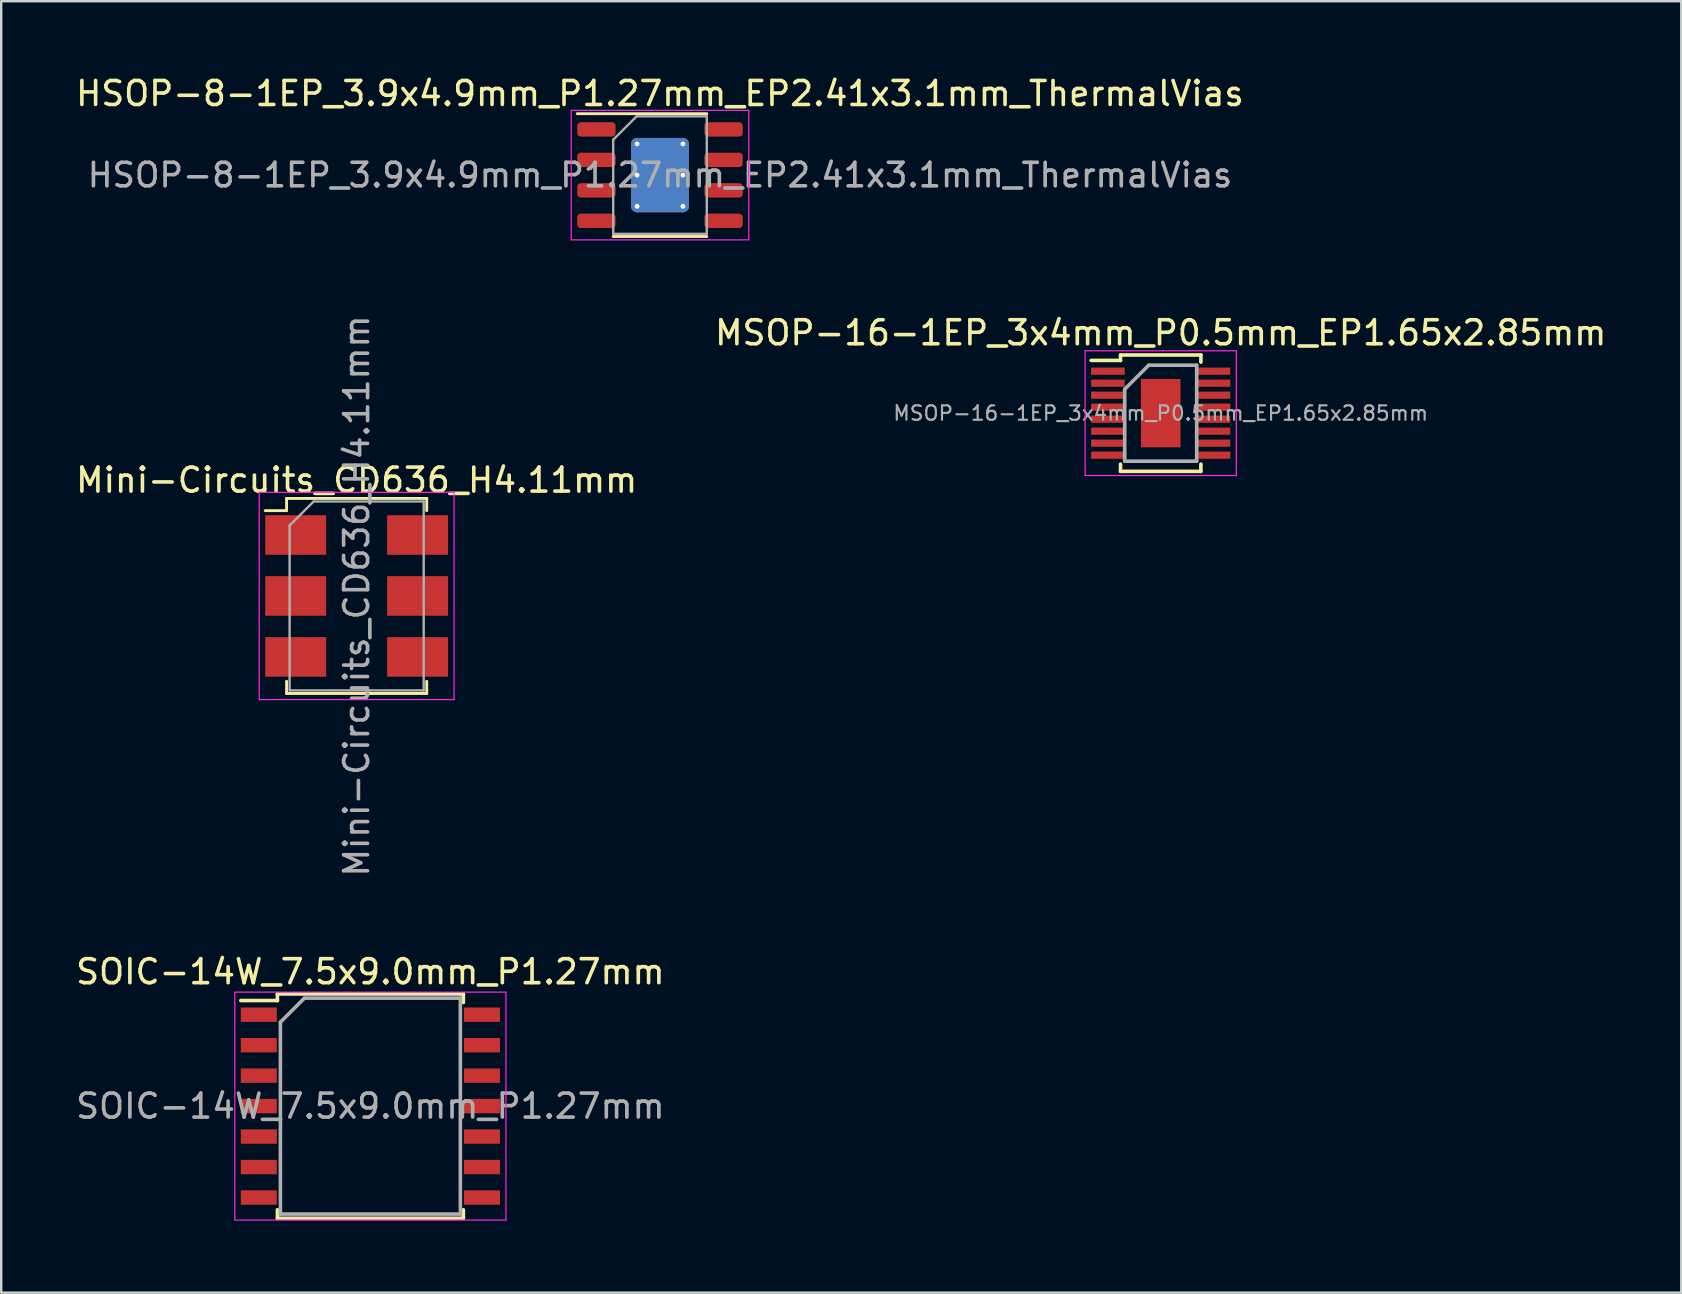
<source format=kicad_pcb>
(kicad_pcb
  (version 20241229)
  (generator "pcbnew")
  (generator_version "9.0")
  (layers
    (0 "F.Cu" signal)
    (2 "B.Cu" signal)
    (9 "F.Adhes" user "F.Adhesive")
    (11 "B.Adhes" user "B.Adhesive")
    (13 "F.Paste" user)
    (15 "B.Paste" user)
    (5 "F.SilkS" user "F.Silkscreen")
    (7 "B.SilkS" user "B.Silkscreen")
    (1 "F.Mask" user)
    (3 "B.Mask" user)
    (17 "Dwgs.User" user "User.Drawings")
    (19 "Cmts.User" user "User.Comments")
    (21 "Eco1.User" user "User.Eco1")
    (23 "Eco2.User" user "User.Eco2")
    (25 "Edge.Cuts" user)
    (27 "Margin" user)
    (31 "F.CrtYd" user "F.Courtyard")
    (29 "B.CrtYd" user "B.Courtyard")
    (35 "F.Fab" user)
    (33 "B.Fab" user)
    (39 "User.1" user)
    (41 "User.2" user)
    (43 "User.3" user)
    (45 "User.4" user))
  (footprint "SOIC-14W_7.5x9.0mm_P1.27mm"
    (layer "F.Cu")
    (at 12.387 43.052)
    (property "Reference" "SOIC-14W_7.5x9.0mm_P1.27mm" (at 0 -5.6 0) (layer "F.SilkS") (effects (font (size 1 1) (thickness 0.15))))
    (attr smd)
    (fp_line (start -3.875 -4.675) (end -3.875 -4.4) (stroke (width 0.15) (type solid)) (layer "F.SilkS"))
    (fp_line (start -3.875 -4.675) (end 3.875 -4.675) (stroke (width 0.15) (type solid)) (layer "F.SilkS"))
    (fp_line (start -3.875 -4.4) (end -5.4 -4.4) (stroke (width 0.15) (type solid)) (layer "F.SilkS"))
    (fp_line (start -3.875 4.675) (end -3.875 4.32) (stroke (width 0.15) (type solid)) (layer "F.SilkS"))
    (fp_line (start -3.875 4.675) (end 3.875 4.675) (stroke (width 0.15) (type solid)) (layer "F.SilkS"))
    (fp_line (start 3.875 -4.675) (end 3.875 -4.32) (stroke (width 0.15) (type solid)) (layer "F.SilkS"))
    (fp_line (start 3.875 4.675) (end 3.875 4.32) (stroke (width 0.15) (type solid)) (layer "F.SilkS"))
    (fp_line (start -5.65 -4.75) (end -5.65 4.75) (stroke (width 0.05) (type solid)) (layer "F.CrtYd"))
    (fp_line (start -5.65 -4.75) (end 5.65 -4.75) (stroke (width 0.05) (type solid)) (layer "F.CrtYd"))
    (fp_line (start -5.65 4.75) (end 5.65 4.75) (stroke (width 0.05) (type solid)) (layer "F.CrtYd"))
    (fp_line (start 5.65 -4.75) (end 5.65 4.75) (stroke (width 0.05) (type solid)) (layer "F.CrtYd"))
    (fp_line (start -3.75 -3.5) (end -2.75 -4.5) (stroke (width 0.15) (type solid)) (layer "F.Fab"))
    (fp_line (start -3.75 4.5) (end -3.75 -3.5) (stroke (width 0.15) (type solid)) (layer "F.Fab"))
    (fp_line (start -2.75 -4.5) (end 3.75 -4.5) (stroke (width 0.15) (type solid)) (layer "F.Fab"))
    (fp_line (start 3.75 -4.5) (end 3.75 4.5) (stroke (width 0.15) (type solid)) (layer "F.Fab"))
    (fp_line (start 3.75 4.5) (end -3.75 4.5) (stroke (width 0.15) (type solid)) (layer "F.Fab"))
    (fp_text user "${REFERENCE}" (at 0 0 0) (layer "F.Fab") (effects (font (size 1 1) (thickness 0.15))))
    (pad "1" smd rect (at -4.65 -3.81) (size 1.5 0.6) (layers "F.Cu" "F.Mask" "F.Paste"))
    (pad "2" smd rect (at -4.65 -2.54) (size 1.5 0.6) (layers "F.Cu" "F.Mask" "F.Paste"))
    (pad "3" smd rect (at -4.65 -1.27) (size 1.5 0.6) (layers "F.Cu" "F.Mask" "F.Paste"))
    (pad "4" smd rect (at -4.65 0) (size 1.5 0.6) (layers "F.Cu" "F.Mask" "F.Paste"))
    (pad "5" smd rect (at -4.65 1.27) (size 1.5 0.6) (layers "F.Cu" "F.Mask" "F.Paste"))
    (pad "6" smd rect (at -4.65 2.54) (size 1.5 0.6) (layers "F.Cu" "F.Mask" "F.Paste"))
    (pad "7" smd rect (at -4.65 3.81) (size 1.5 0.6) (layers "F.Cu" "F.Mask" "F.Paste"))
    (pad "8" smd rect (at 4.65 3.81) (size 1.5 0.6) (layers "F.Cu" "F.Mask" "F.Paste"))
    (pad "9" smd rect (at 4.65 2.54) (size 1.5 0.6) (layers "F.Cu" "F.Mask" "F.Paste"))
    (pad "10" smd rect (at 4.65 1.27) (size 1.5 0.6) (layers "F.Cu" "F.Mask" "F.Paste"))
    (pad "11" smd rect (at 4.65 0) (size 1.5 0.6) (layers "F.Cu" "F.Mask" "F.Paste"))
    (pad "12" smd rect (at 4.65 -1.27) (size 1.5 0.6) (layers "F.Cu" "F.Mask" "F.Paste"))
    (pad "13" smd rect (at 4.65 -2.54) (size 1.5 0.6) (layers "F.Cu" "F.Mask" "F.Paste"))
    (pad "14" smd rect (at 4.65 -3.81) (size 1.5 0.6) (layers "F.Cu" "F.Mask" "F.Paste")))
  (footprint "Mini-Circuits_CD636_H4.11mm"
    (layer "F.Cu")
    (at 11.815 21.789)
    (property "Reference" "Mini-Circuits_CD636_H4.11mm" (at 0 -4.826 0) (layer "F.SilkS") (effects (font (size 1 1) (thickness 0.15))))
    (attr smd)
    (fp_line (start -2.921 -4.064) (end -2.921 -3.556) (stroke (width 0.12) (type solid)) (layer "F.SilkS"))
    (fp_line (start -2.921 -3.556) (end -3.81 -3.556) (stroke (width 0.12) (type solid)) (layer "F.SilkS"))
    (fp_line (start -2.921 3.556) (end -2.921 4.064) (stroke (width 0.12) (type solid)) (layer "F.SilkS"))
    (fp_line (start -2.921 4.064) (end 2.921 4.064) (stroke (width 0.12) (type solid)) (layer "F.SilkS"))
    (fp_line (start 2.921 -4.064) (end -2.921 -4.064) (stroke (width 0.12) (type solid)) (layer "F.SilkS"))
    (fp_line (start 2.921 -3.556) (end 2.921 -4.064) (stroke (width 0.12) (type solid)) (layer "F.SilkS"))
    (fp_line (start 2.921 4.064) (end 2.921 3.556) (stroke (width 0.12) (type solid)) (layer "F.SilkS"))
    (fp_line (start -4.06 4.32) (end -4.06 -4.32) (stroke (width 0.05) (type solid)) (layer "F.CrtYd"))
    (fp_line (start 4.06 -4.32) (end -4.06 -4.32) (stroke (width 0.05) (type solid)) (layer "F.CrtYd"))
    (fp_line (start 4.06 4.32) (end -4.06 4.32) (stroke (width 0.05) (type solid)) (layer "F.CrtYd"))
    (fp_line (start 4.06 4.32) (end 4.06 -4.32) (stroke (width 0.05) (type solid)) (layer "F.CrtYd"))
    (fp_line (start -2.794 3.937) (end -2.794 -2.937) (stroke (width 0.1) (type solid)) (layer "F.Fab"))
    (fp_line (start -1.794 -3.937) (end -2.794 -2.937) (stroke (width 0.1) (type solid)) (layer "F.Fab"))
    (fp_line (start -1.794 -3.937) (end 2.794 -3.937) (stroke (width 0.1) (type solid)) (layer "F.Fab"))
    (fp_line (start 2.794 -3.937) (end 2.794 3.937) (stroke (width 0.1) (type solid)) (layer "F.Fab"))
    (fp_line (start 2.794 3.937) (end -2.794 3.937) (stroke (width 0.1) (type solid)) (layer "F.Fab"))
    (fp_text user "${REFERENCE}" (at 0 0 90) (layer "F.Fab") (effects (font (size 1 1) (thickness 0.15))))
    (pad "1" smd rect (at -2.54 -2.54) (size 2.54 1.65) (layers "F.Cu" "F.Mask" "F.Paste"))
    (pad "2" smd rect (at -2.54 0) (size 2.54 1.65) (layers "F.Cu" "F.Mask" "F.Paste"))
    (pad "3" smd rect (at -2.54 2.54) (size 2.54 1.65) (layers "F.Cu" "F.Mask" "F.Paste"))
    (pad "4" smd rect (at 2.54 2.54) (size 2.54 1.65) (layers "F.Cu" "F.Mask" "F.Paste"))
    (pad "5" smd rect (at 2.54 0) (size 2.54 1.65) (layers "F.Cu" "F.Mask" "F.Paste"))
    (pad "6" smd rect (at 2.54 -2.54) (size 2.54 1.65) (layers "F.Cu" "F.Mask" "F.Paste")))
  (footprint "HSOP-8-1EP_3.9x4.9mm_P1.27mm_EP2.41x3.1mm_ThermalVias"
    (layer "F.Cu")
    (at 24.458 4.248)
    (property "Reference" "HSOP-8-1EP_3.9x4.9mm_P1.27mm_EP2.41x3.1mm_ThermalVias" (at 0 -3.4 0) (layer "F.SilkS") (effects (font (size 1 1) (thickness 0.15))))
    (attr smd)
    (fp_line (start -3.45 -2.56) (end 1.95 -2.56) (stroke (width 0.12) (type solid)) (layer "F.SilkS"))
    (fp_line (start -1.95 2.56) (end 1.95 2.56) (stroke (width 0.12) (type solid)) (layer "F.SilkS"))
    (fp_line (start -3.7 -2.7) (end -3.7 2.7) (stroke (width 0.05) (type solid)) (layer "F.CrtYd"))
    (fp_line (start -3.7 2.7) (end 3.7 2.7) (stroke (width 0.05) (type solid)) (layer "F.CrtYd"))
    (fp_line (start 3.7 -2.7) (end -3.7 -2.7) (stroke (width 0.05) (type solid)) (layer "F.CrtYd"))
    (fp_line (start 3.7 2.7) (end 3.7 -2.7) (stroke (width 0.05) (type solid)) (layer "F.CrtYd"))
    (fp_line (start -1.95 -1.475) (end -0.975 -2.45) (stroke (width 0.1) (type solid)) (layer "F.Fab"))
    (fp_line (start -1.95 2.45) (end -1.95 -1.475) (stroke (width 0.1) (type solid)) (layer "F.Fab"))
    (fp_line (start -0.975 -2.45) (end 1.95 -2.45) (stroke (width 0.1) (type solid)) (layer "F.Fab"))
    (fp_line (start 1.95 -2.45) (end 1.95 2.45) (stroke (width 0.1) (type solid)) (layer "F.Fab"))
    (fp_line (start 1.95 2.45) (end -1.95 2.45) (stroke (width 0.1) (type solid)) (layer "F.Fab"))
    (fp_text user "${REFERENCE}" (at 0 0 0) (layer "F.Fab") (effects (font (size 0.98 0.98) (thickness 0.15))))
    (pad "" smd roundrect (at -0.6 -0.775) (size 0.97 1.25) (layers "F.Paste") (roundrect_rratio 0.25))
    (pad "" smd roundrect (at -0.6 0.775) (size 0.97 1.25) (layers "F.Paste") (roundrect_rratio 0.25))
    (pad "" smd roundrect (at 0.6 -0.775) (size 0.97 1.25) (layers "F.Paste") (roundrect_rratio 0.25))
    (pad "" smd roundrect (at 0.6 0.775) (size 0.97 1.25) (layers "F.Paste") (roundrect_rratio 0.25))
    (pad "1" smd roundrect (at -2.65 -1.905) (size 1.6 0.6) (layers "F.Cu" "F.Mask" "F.Paste") (roundrect_rratio 0.25))
    (pad "2" smd roundrect (at -2.65 -0.635) (size 1.6 0.6) (layers "F.Cu" "F.Mask" "F.Paste") (roundrect_rratio 0.25))
    (pad "3" smd roundrect (at -2.65 0.635) (size 1.6 0.6) (layers "F.Cu" "F.Mask" "F.Paste") (roundrect_rratio 0.25))
    (pad "4" smd roundrect (at -2.65 1.905) (size 1.6 0.6) (layers "F.Cu" "F.Mask" "F.Paste") (roundrect_rratio 0.25))
    (pad "5" smd roundrect (at 2.65 1.905) (size 1.6 0.6) (layers "F.Cu" "F.Mask" "F.Paste") (roundrect_rratio 0.25))
    (pad "6" smd roundrect (at 2.65 0.635) (size 1.6 0.6) (layers "F.Cu" "F.Mask" "F.Paste") (roundrect_rratio 0.25))
    (pad "7" smd roundrect (at 2.65 -0.635) (size 1.6 0.6) (layers "F.Cu" "F.Mask" "F.Paste") (roundrect_rratio 0.25))
    (pad "8" smd roundrect (at 2.65 -1.905) (size 1.6 0.6) (layers "F.Cu" "F.Mask" "F.Paste") (roundrect_rratio 0.25))
    (pad "9" thru_hole circle (at -0.955 -1.3) (size 0.5 0.5) (drill 0.2) (layers "*.Cu"))
    (pad "9" thru_hole circle (at -0.955 0) (size 0.5 0.5) (drill 0.2) (layers "*.Cu"))
    (pad "9" thru_hole circle (at -0.955 1.3) (size 0.5 0.5) (drill 0.2) (layers "*.Cu"))
    (pad "9" smd roundrect (at 0 0) (size 2.41 3.1) (layers "F.Cu" "F.Mask") (roundrect_rratio 0.104))
    (pad "9" smd roundrect (at 0 0) (size 2.41 3.1) (layers "B.Cu") (roundrect_rratio 0.104))
    (pad "9" thru_hole circle (at 0.955 -1.3) (size 0.5 0.5) (drill 0.2) (layers "*.Cu"))
    (pad "9" thru_hole circle (at 0.955 0) (size 0.5 0.5) (drill 0.2) (layers "*.Cu"))
    (pad "9" thru_hole circle (at 0.955 1.3) (size 0.5 0.5) (drill 0.2) (layers "*.Cu")))
  (footprint "MSOP-16-1EP_3x4mm_P0.5mm_EP1.65x2.85mm"
    (layer "F.Cu")
    (at 45.327 14.171)
    (property "Reference" "MSOP-16-1EP_3x4mm_P0.5mm_EP1.65x2.85mm" (at 0 -3.35 0) (layer "F.SilkS") (effects (font (size 1 1) (thickness 0.15))))
    (attr smd)
    (fp_line (start -1.675 -2.425) (end -1.675 -2.2) (stroke (width 0.15) (type solid)) (layer "F.SilkS"))
    (fp_line (start -1.675 -2.425) (end 1.675 -2.425) (stroke (width 0.15) (type solid)) (layer "F.SilkS"))
    (fp_line (start -1.675 -2.2) (end -2.9 -2.2) (stroke (width 0.15) (type solid)) (layer "F.SilkS"))
    (fp_line (start -1.675 2.425) (end -1.675 2.125) (stroke (width 0.15) (type solid)) (layer "F.SilkS"))
    (fp_line (start -1.675 2.425) (end 1.675 2.425) (stroke (width 0.15) (type solid)) (layer "F.SilkS"))
    (fp_line (start 1.675 -2.425) (end 1.675 -2.125) (stroke (width 0.15) (type solid)) (layer "F.SilkS"))
    (fp_line (start 1.675 2.425) (end 1.675 2.125) (stroke (width 0.15) (type solid)) (layer "F.SilkS"))
    (fp_line (start -3.15 -2.6) (end -3.15 2.6) (stroke (width 0.05) (type solid)) (layer "F.CrtYd"))
    (fp_line (start -3.15 -2.6) (end 3.15 -2.6) (stroke (width 0.05) (type solid)) (layer "F.CrtYd"))
    (fp_line (start -3.15 2.6) (end 3.15 2.6) (stroke (width 0.05) (type solid)) (layer "F.CrtYd"))
    (fp_line (start 3.15 -2.6) (end 3.15 2.6) (stroke (width 0.05) (type solid)) (layer "F.CrtYd"))
    (fp_line (start -1.5 -1) (end -0.5 -2) (stroke (width 0.15) (type solid)) (layer "F.Fab"))
    (fp_line (start -1.5 2) (end -1.5 -1) (stroke (width 0.15) (type solid)) (layer "F.Fab"))
    (fp_line (start -0.5 -2) (end 1.5 -2) (stroke (width 0.15) (type solid)) (layer "F.Fab"))
    (fp_line (start 1.5 -2) (end 1.5 2) (stroke (width 0.15) (type solid)) (layer "F.Fab"))
    (fp_line (start 1.5 2) (end -1.5 2) (stroke (width 0.15) (type solid)) (layer "F.Fab"))
    (fp_text user "${REFERENCE}" (at 0 0 0) (layer "F.Fab") (effects (font (size 0.6 0.6) (thickness 0.09))))
    (pad "" smd rect (at -0.412 -0.95) (size 0.66 0.75) (layers "F.Paste"))
    (pad "" smd rect (at -0.412 0) (size 0.66 0.75) (layers "F.Paste"))
    (pad "" smd rect (at -0.412 0.95) (size 0.66 0.75) (layers "F.Paste"))
    (pad "" smd rect (at 0.412 -0.95) (size 0.66 0.75) (layers "F.Paste"))
    (pad "" smd rect (at 0.412 0) (size 0.66 0.75) (layers "F.Paste"))
    (pad "" smd rect (at 0.412 0.95) (size 0.66 0.75) (layers "F.Paste"))
    (pad "1" smd rect (at -2.2 -1.75) (size 1.4 0.3) (layers "F.Cu" "F.Mask" "F.Paste"))
    (pad "2" smd rect (at -2.2 -1.25) (size 1.4 0.3) (layers "F.Cu" "F.Mask" "F.Paste"))
    (pad "3" smd rect (at -2.2 -0.75) (size 1.4 0.3) (layers "F.Cu" "F.Mask" "F.Paste"))
    (pad "4" smd rect (at -2.2 -0.25) (size 1.4 0.3) (layers "F.Cu" "F.Mask" "F.Paste"))
    (pad "5" smd rect (at -2.2 0.25) (size 1.4 0.3) (layers "F.Cu" "F.Mask" "F.Paste"))
    (pad "6" smd rect (at -2.2 0.75) (size 1.4 0.3) (layers "F.Cu" "F.Mask" "F.Paste"))
    (pad "7" smd rect (at -2.2 1.25) (size 1.4 0.3) (layers "F.Cu" "F.Mask" "F.Paste"))
    (pad "8" smd rect (at -2.2 1.75) (size 1.4 0.3) (layers "F.Cu" "F.Mask" "F.Paste"))
    (pad "9" smd rect (at 2.2 1.75) (size 1.4 0.3) (layers "F.Cu" "F.Mask" "F.Paste"))
    (pad "10" smd rect (at 2.2 1.25) (size 1.4 0.3) (layers "F.Cu" "F.Mask" "F.Paste"))
    (pad "11" smd rect (at 2.2 0.75) (size 1.4 0.3) (layers "F.Cu" "F.Mask" "F.Paste"))
    (pad "12" smd rect (at 2.2 0.25) (size 1.4 0.3) (layers "F.Cu" "F.Mask" "F.Paste"))
    (pad "13" smd rect (at 2.2 -0.25) (size 1.4 0.3) (layers "F.Cu" "F.Mask" "F.Paste"))
    (pad "14" smd rect (at 2.2 -0.75) (size 1.4 0.3) (layers "F.Cu" "F.Mask" "F.Paste"))
    (pad "15" smd rect (at 2.2 -1.25) (size 1.4 0.3) (layers "F.Cu" "F.Mask" "F.Paste"))
    (pad "16" smd rect (at 2.2 -1.75) (size 1.4 0.3) (layers "F.Cu" "F.Mask" "F.Paste"))
    (pad "17" smd rect (at 0 0) (size 1.65 2.85) (layers "F.Cu" "F.Mask")))
  (gr_rect
    (start -3 -3)
    (end 67.024 50.827)
    (stroke (width 0.1) (type default))
    (fill no)
    (layer "Edge.Cuts")))
</source>
